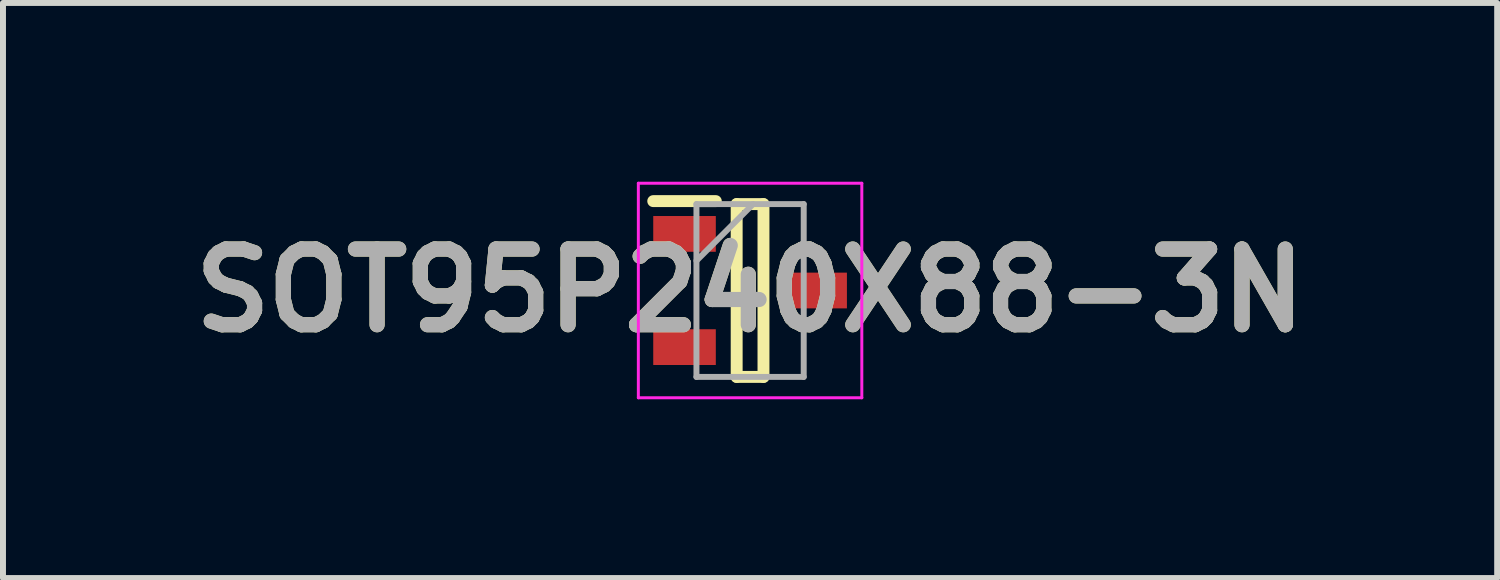
<source format=kicad_pcb>
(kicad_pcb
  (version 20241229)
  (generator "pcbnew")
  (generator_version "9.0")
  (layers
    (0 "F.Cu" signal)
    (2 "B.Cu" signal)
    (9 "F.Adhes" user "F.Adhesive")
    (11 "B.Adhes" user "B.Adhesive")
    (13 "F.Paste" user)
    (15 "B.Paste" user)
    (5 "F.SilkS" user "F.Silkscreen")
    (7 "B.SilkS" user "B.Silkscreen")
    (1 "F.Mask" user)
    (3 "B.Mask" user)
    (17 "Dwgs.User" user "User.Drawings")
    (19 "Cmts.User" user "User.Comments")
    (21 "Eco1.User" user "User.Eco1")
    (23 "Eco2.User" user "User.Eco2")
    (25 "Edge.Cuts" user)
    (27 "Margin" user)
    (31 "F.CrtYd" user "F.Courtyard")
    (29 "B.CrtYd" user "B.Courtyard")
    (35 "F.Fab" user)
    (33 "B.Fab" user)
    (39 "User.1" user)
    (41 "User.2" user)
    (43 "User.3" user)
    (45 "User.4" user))
  (footprint "SOT95P240X88-3N"
    (layer "F.Cu")
    (at 9.537 1.825)
    (property "Reference" "SOT95P240X88-3N" (at 0 0 0) (layer "F.SilkS") (effects (font (size 1.27 1.27) (thickness 0.254))))
    (attr smd)
    (fp_line (start -1.625 -1.5) (end -0.575 -1.5) (stroke (width 0.2) (type solid)) (layer "F.SilkS"))
    (fp_line (start -0.225 -1.45) (end 0.225 -1.45) (stroke (width 0.2) (type solid)) (layer "F.SilkS"))
    (fp_line (start -0.225 1.45) (end -0.225 -1.45) (stroke (width 0.2) (type solid)) (layer "F.SilkS"))
    (fp_line (start 0.225 -1.45) (end 0.225 1.45) (stroke (width 0.2) (type solid)) (layer "F.SilkS"))
    (fp_line (start 0.225 1.45) (end -0.225 1.45) (stroke (width 0.2) (type solid)) (layer "F.SilkS"))
    (fp_line (start -1.875 -1.8) (end 1.875 -1.8) (stroke (width 0.05) (type solid)) (layer "F.CrtYd"))
    (fp_line (start -1.875 1.8) (end -1.875 -1.8) (stroke (width 0.05) (type solid)) (layer "F.CrtYd"))
    (fp_line (start 1.875 -1.8) (end 1.875 1.8) (stroke (width 0.05) (type solid)) (layer "F.CrtYd"))
    (fp_line (start 1.875 1.8) (end -1.875 1.8) (stroke (width 0.05) (type solid)) (layer "F.CrtYd"))
    (fp_line (start -0.9 -1.45) (end 0.9 -1.45) (stroke (width 0.1) (type solid)) (layer "F.Fab"))
    (fp_line (start -0.9 -0.5) (end 0.05 -1.45) (stroke (width 0.1) (type solid)) (layer "F.Fab"))
    (fp_line (start -0.9 1.45) (end -0.9 -1.45) (stroke (width 0.1) (type solid)) (layer "F.Fab"))
    (fp_line (start 0.9 -1.45) (end 0.9 1.45) (stroke (width 0.1) (type solid)) (layer "F.Fab"))
    (fp_line (start 0.9 1.45) (end -0.9 1.45) (stroke (width 0.1) (type solid)) (layer "F.Fab"))
    (fp_text user "${REFERENCE}" (at 0 0 0) (layer "F.Fab") (effects (font (size 1.27 1.27) (thickness 0.254))))
    (pad "1" smd rect (at -1.1 -0.95 90) (size 0.6 1.05) (layers "F.Cu" "F.Mask" "F.Paste"))
    (pad "2" smd rect (at -1.1 0.95 90) (size 0.6 1.05) (layers "F.Cu" "F.Mask" "F.Paste"))
    (pad "3" smd rect (at 1.1 0 90) (size 0.6 1.05) (layers "F.Cu" "F.Mask" "F.Paste")))
  (gr_rect
    (start -3 -3)
    (end 22.074 6.65)
    (stroke (width 0.1) (type default))
    (fill no)
    (layer "Edge.Cuts")))
</source>
